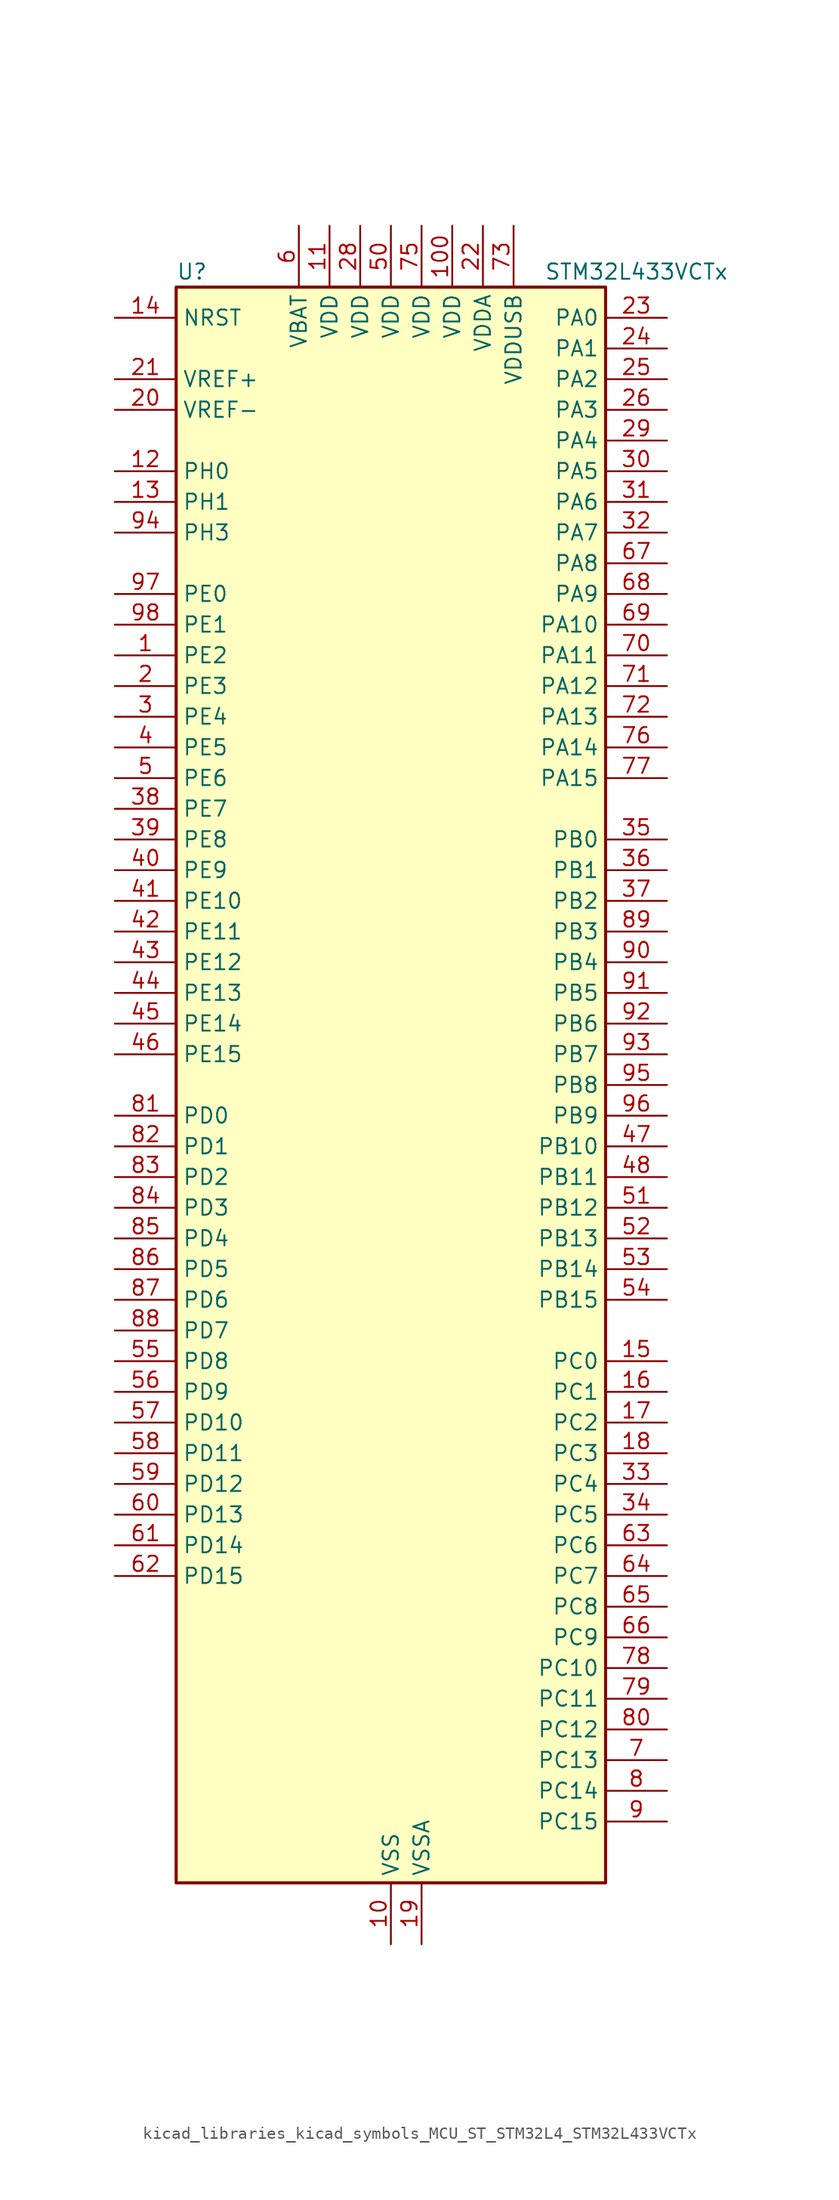
<source format=kicad_sym>
(kicad_symbol_lib
  (version 20220914)
  (generator kicad_symbol_editor)
  (symbol "kicad_libraries_kicad_symbols_MCU_ST_STM32L4_STM32L433VCTx"
    (property "Reference" "U"
      (at -17.78 67.31 0)
      (effects (font (size 1.27 1.27)) (justify left)))
    (property "Value" "STM32L433VCTx"
      (at 12.7 67.31 0)
      (effects (font (size 1.27 1.27)) (justify left)))
    (property "ki_locked" ""
      (at 0 0 0)
      (effects (font (size 1.27 1.27))))
    (symbol "kicad_libraries_kicad_symbols_MCU_ST_STM32L4_STM32L433VCTx_0_1"
      (rectangle (start -17.78 -66.04) (end 17.78 66.04) (stroke (width 0.254) (type default)) (fill (type background))))
    (symbol "kicad_libraries_kicad_symbols_MCU_ST_STM32L4_STM32L433VCTx_1_1"
      (pin bidirectional line (at -22.86 35.56 0) (length 5.08) (name "PE2" (effects (font (size 1.27 1.27)))) (number "1" (effects (font (size 1.27 1.27)))) (alternate "LCD_SEG38" bidirectional line) (alternate "SAI1_MCLK_A" bidirectional line) (alternate "SYS_TRACECLK" bidirectional line) (alternate "TSC_G7_IO1" bidirectional line))
      (pin power_in line (at 0 -71.12 90) (length 5.08) (name "VSS" (effects (font (size 1.27 1.27)))) (number "10" (effects (font (size 1.27 1.27)))))
      (pin power_in line (at 5.08 71.12 270) (length 5.08) (name "VDD" (effects (font (size 1.27 1.27)))) (number "100" (effects (font (size 1.27 1.27)))))
      (pin power_in line (at -5.08 71.12 270) (length 5.08) (name "VDD" (effects (font (size 1.27 1.27)))) (number "11" (effects (font (size 1.27 1.27)))))
      (pin bidirectional line (at -22.86 50.8 0) (length 5.08) (name "PH0" (effects (font (size 1.27 1.27)))) (number "12" (effects (font (size 1.27 1.27)))) (alternate "RCC_OSC_IN" bidirectional line))
      (pin bidirectional line (at -22.86 48.26 0) (length 5.08) (name "PH1" (effects (font (size 1.27 1.27)))) (number "13" (effects (font (size 1.27 1.27)))) (alternate "RCC_OSC_OUT" bidirectional line))
      (pin input line (at -22.86 63.5 0) (length 5.08) (name "NRST" (effects (font (size 1.27 1.27)))) (number "14" (effects (font (size 1.27 1.27)))))
      (pin bidirectional line (at 22.86 -22.86 180) (length 5.08) (name "PC0" (effects (font (size 1.27 1.27)))) (number "15" (effects (font (size 1.27 1.27)))) (alternate "ADC1_IN1" bidirectional line) (alternate "I2C3_SCL" bidirectional line) (alternate "LCD_SEG18" bidirectional line) (alternate "LPTIM1_IN1" bidirectional line) (alternate "LPTIM2_IN1" bidirectional line) (alternate "LPUART1_RX" bidirectional line))
      (pin bidirectional line (at 22.86 -25.4 180) (length 5.08) (name "PC1" (effects (font (size 1.27 1.27)))) (number "16" (effects (font (size 1.27 1.27)))) (alternate "ADC1_IN2" bidirectional line) (alternate "I2C3_SDA" bidirectional line) (alternate "LCD_SEG19" bidirectional line) (alternate "LPTIM1_OUT" bidirectional line) (alternate "LPUART1_TX" bidirectional line))
      (pin bidirectional line (at 22.86 -27.94 180) (length 5.08) (name "PC2" (effects (font (size 1.27 1.27)))) (number "17" (effects (font (size 1.27 1.27)))) (alternate "ADC1_IN3" bidirectional line) (alternate "LCD_SEG20" bidirectional line) (alternate "LPTIM1_IN2" bidirectional line) (alternate "SPI2_MISO" bidirectional line))
      (pin bidirectional line (at 22.86 -30.48 180) (length 5.08) (name "PC3" (effects (font (size 1.27 1.27)))) (number "18" (effects (font (size 1.27 1.27)))) (alternate "ADC1_IN4" bidirectional line) (alternate "LCD_VLCD" bidirectional line) (alternate "LPTIM1_ETR" bidirectional line) (alternate "LPTIM2_ETR" bidirectional line) (alternate "SAI1_SD_A" bidirectional line) (alternate "SPI2_MOSI" bidirectional line))
      (pin power_in line (at 2.54 -71.12 90) (length 5.08) (name "VSSA" (effects (font (size 1.27 1.27)))) (number "19" (effects (font (size 1.27 1.27)))))
      (pin bidirectional line (at -22.86 33.02 0) (length 5.08) (name "PE3" (effects (font (size 1.27 1.27)))) (number "2" (effects (font (size 1.27 1.27)))) (alternate "LCD_SEG39" bidirectional line) (alternate "SAI1_SD_B" bidirectional line) (alternate "SYS_TRACED0" bidirectional line) (alternate "TSC_G7_IO2" bidirectional line))
      (pin input line (at -22.86 55.88 0) (length 5.08) (name "VREF-" (effects (font (size 1.27 1.27)))) (number "20" (effects (font (size 1.27 1.27)))))
      (pin input line (at -22.86 58.42 0) (length 5.08) (name "VREF+" (effects (font (size 1.27 1.27)))) (number "21" (effects (font (size 1.27 1.27)))) (alternate "VREFBUF_OUT" bidirectional line))
      (pin power_in line (at 7.62 71.12 270) (length 5.08) (name "VDDA" (effects (font (size 1.27 1.27)))) (number "22" (effects (font (size 1.27 1.27)))))
      (pin bidirectional line (at 22.86 63.5 180) (length 5.08) (name "PA0" (effects (font (size 1.27 1.27)))) (number "23" (effects (font (size 1.27 1.27)))) (alternate "ADC1_IN5" bidirectional line) (alternate "COMP1_INM" bidirectional line) (alternate "COMP1_OUT" bidirectional line) (alternate "OPAMP1_VINP" bidirectional line) (alternate "RTC_TAMP2" bidirectional line) (alternate "SAI1_EXTCLK" bidirectional line) (alternate "SYS_WKUP1" bidirectional line) (alternate "TIM2_CH1" bidirectional line) (alternate "TIM2_ETR" bidirectional line) (alternate "USART2_CTS" bidirectional line))
      (pin bidirectional line (at 22.86 60.96 180) (length 5.08) (name "PA1" (effects (font (size 1.27 1.27)))) (number "24" (effects (font (size 1.27 1.27)))) (alternate "ADC1_IN6" bidirectional line) (alternate "COMP1_INP" bidirectional line) (alternate "I2C1_SMBA" bidirectional line) (alternate "LCD_SEG0" bidirectional line) (alternate "OPAMP1_VINM" bidirectional line) (alternate "SPI1_SCK" bidirectional line) (alternate "TIM15_CH1N" bidirectional line) (alternate "TIM2_CH2" bidirectional line) (alternate "USART2_DE" bidirectional line) (alternate "USART2_RTS" bidirectional line))
      (pin bidirectional line (at 22.86 58.42 180) (length 5.08) (name "PA2" (effects (font (size 1.27 1.27)))) (number "25" (effects (font (size 1.27 1.27)))) (alternate "ADC1_IN7" bidirectional line) (alternate "COMP2_INM" bidirectional line) (alternate "COMP2_OUT" bidirectional line) (alternate "LCD_SEG1" bidirectional line) (alternate "LPUART1_TX" bidirectional line) (alternate "QUADSPI_BK1_NCS" bidirectional line) (alternate "RCC_LSCO" bidirectional line) (alternate "SYS_WKUP4" bidirectional line) (alternate "TIM15_CH1" bidirectional line) (alternate "TIM2_CH3" bidirectional line) (alternate "USART2_TX" bidirectional line))
      (pin bidirectional line (at 22.86 55.88 180) (length 5.08) (name "PA3" (effects (font (size 1.27 1.27)))) (number "26" (effects (font (size 1.27 1.27)))) (alternate "ADC1_IN8" bidirectional line) (alternate "COMP2_INP" bidirectional line) (alternate "LCD_SEG2" bidirectional line) (alternate "LPUART1_RX" bidirectional line) (alternate "OPAMP1_VOUT" bidirectional line) (alternate "QUADSPI_CLK" bidirectional line) (alternate "SAI1_MCLK_A" bidirectional line) (alternate "TIM15_CH2" bidirectional line) (alternate "TIM2_CH4" bidirectional line) (alternate "USART2_RX" bidirectional line))
      (pin passive line (at 0 -71.12 90) (length 5.08) hide (name "VSS" (effects (font (size 1.27 1.27)))) (number "27" (effects (font (size 1.27 1.27)))))
      (pin power_in line (at -2.54 71.12 270) (length 5.08) (name "VDD" (effects (font (size 1.27 1.27)))) (number "28" (effects (font (size 1.27 1.27)))))
      (pin bidirectional line (at 22.86 53.34 180) (length 5.08) (name "PA4" (effects (font (size 1.27 1.27)))) (number "29" (effects (font (size 1.27 1.27)))) (alternate "ADC1_IN9" bidirectional line) (alternate "COMP1_INM" bidirectional line) (alternate "COMP2_INM" bidirectional line) (alternate "DAC1_OUT1" bidirectional line) (alternate "LPTIM2_OUT" bidirectional line) (alternate "SAI1_FS_B" bidirectional line) (alternate "SPI1_NSS" bidirectional line) (alternate "SPI3_NSS" bidirectional line) (alternate "USART2_CK" bidirectional line))
      (pin bidirectional line (at -22.86 30.48 0) (length 5.08) (name "PE4" (effects (font (size 1.27 1.27)))) (number "3" (effects (font (size 1.27 1.27)))) (alternate "SAI1_FS_A" bidirectional line) (alternate "SYS_TRACED1" bidirectional line) (alternate "TSC_G7_IO3" bidirectional line))
      (pin bidirectional line (at 22.86 50.8 180) (length 5.08) (name "PA5" (effects (font (size 1.27 1.27)))) (number "30" (effects (font (size 1.27 1.27)))) (alternate "ADC1_IN10" bidirectional line) (alternate "COMP1_INM" bidirectional line) (alternate "COMP2_INM" bidirectional line) (alternate "DAC1_OUT2" bidirectional line) (alternate "LPTIM2_ETR" bidirectional line) (alternate "SPI1_SCK" bidirectional line) (alternate "TIM2_CH1" bidirectional line) (alternate "TIM2_ETR" bidirectional line))
      (pin bidirectional line (at 22.86 48.26 180) (length 5.08) (name "PA6" (effects (font (size 1.27 1.27)))) (number "31" (effects (font (size 1.27 1.27)))) (alternate "ADC1_IN11" bidirectional line) (alternate "COMP1_OUT" bidirectional line) (alternate "LCD_SEG3" bidirectional line) (alternate "LPUART1_CTS" bidirectional line) (alternate "QUADSPI_BK1_IO3" bidirectional line) (alternate "SPI1_MISO" bidirectional line) (alternate "TIM16_CH1" bidirectional line) (alternate "TIM1_BKIN" bidirectional line) (alternate "TIM1_BKIN_COMP2" bidirectional line) (alternate "USART3_CTS" bidirectional line))
      (pin bidirectional line (at 22.86 45.72 180) (length 5.08) (name "PA7" (effects (font (size 1.27 1.27)))) (number "32" (effects (font (size 1.27 1.27)))) (alternate "ADC1_IN12" bidirectional line) (alternate "COMP2_OUT" bidirectional line) (alternate "I2C3_SCL" bidirectional line) (alternate "LCD_SEG4" bidirectional line) (alternate "QUADSPI_BK1_IO2" bidirectional line) (alternate "SPI1_MOSI" bidirectional line) (alternate "TIM1_CH1N" bidirectional line))
      (pin bidirectional line (at 22.86 -33.02 180) (length 5.08) (name "PC4" (effects (font (size 1.27 1.27)))) (number "33" (effects (font (size 1.27 1.27)))) (alternate "ADC1_IN13" bidirectional line) (alternate "COMP1_INM" bidirectional line) (alternate "LCD_SEG22" bidirectional line) (alternate "USART3_TX" bidirectional line))
      (pin bidirectional line (at 22.86 -35.56 180) (length 5.08) (name "PC5" (effects (font (size 1.27 1.27)))) (number "34" (effects (font (size 1.27 1.27)))) (alternate "ADC1_IN14" bidirectional line) (alternate "COMP1_INP" bidirectional line) (alternate "LCD_SEG23" bidirectional line) (alternate "SYS_WKUP5" bidirectional line) (alternate "USART3_RX" bidirectional line))
      (pin bidirectional line (at 22.86 20.32 180) (length 5.08) (name "PB0" (effects (font (size 1.27 1.27)))) (number "35" (effects (font (size 1.27 1.27)))) (alternate "ADC1_IN15" bidirectional line) (alternate "COMP1_OUT" bidirectional line) (alternate "LCD_SEG5" bidirectional line) (alternate "QUADSPI_BK1_IO1" bidirectional line) (alternate "SAI1_EXTCLK" bidirectional line) (alternate "SPI1_NSS" bidirectional line) (alternate "TIM1_CH2N" bidirectional line) (alternate "USART3_CK" bidirectional line))
      (pin bidirectional line (at 22.86 17.78 180) (length 5.08) (name "PB1" (effects (font (size 1.27 1.27)))) (number "36" (effects (font (size 1.27 1.27)))) (alternate "ADC1_IN16" bidirectional line) (alternate "COMP1_INM" bidirectional line) (alternate "LCD_SEG6" bidirectional line) (alternate "LPTIM2_IN1" bidirectional line) (alternate "LPUART1_DE" bidirectional line) (alternate "LPUART1_RTS" bidirectional line) (alternate "QUADSPI_BK1_IO0" bidirectional line) (alternate "TIM1_CH3N" bidirectional line) (alternate "USART3_DE" bidirectional line) (alternate "USART3_RTS" bidirectional line))
      (pin bidirectional line (at 22.86 15.24 180) (length 5.08) (name "PB2" (effects (font (size 1.27 1.27)))) (number "37" (effects (font (size 1.27 1.27)))) (alternate "COMP1_INP" bidirectional line) (alternate "I2C3_SMBA" bidirectional line) (alternate "LCD_VLCD" bidirectional line) (alternate "LPTIM1_OUT" bidirectional line) (alternate "RTC_OUT_ALARM" bidirectional line) (alternate "RTC_OUT_CALIB" bidirectional line))
      (pin bidirectional line (at -22.86 22.86 0) (length 5.08) (name "PE7" (effects (font (size 1.27 1.27)))) (number "38" (effects (font (size 1.27 1.27)))) (alternate "SAI1_SD_B" bidirectional line) (alternate "TIM1_ETR" bidirectional line))
      (pin bidirectional line (at -22.86 20.32 0) (length 5.08) (name "PE8" (effects (font (size 1.27 1.27)))) (number "39" (effects (font (size 1.27 1.27)))) (alternate "SAI1_SCK_B" bidirectional line) (alternate "TIM1_CH1N" bidirectional line))
      (pin bidirectional line (at -22.86 27.94 0) (length 5.08) (name "PE5" (effects (font (size 1.27 1.27)))) (number "4" (effects (font (size 1.27 1.27)))) (alternate "SAI1_SCK_A" bidirectional line) (alternate "SYS_TRACED2" bidirectional line) (alternate "TSC_G7_IO4" bidirectional line))
      (pin bidirectional line (at -22.86 17.78 0) (length 5.08) (name "PE9" (effects (font (size 1.27 1.27)))) (number "40" (effects (font (size 1.27 1.27)))) (alternate "DAC1_EXTI9" bidirectional line) (alternate "SAI1_FS_B" bidirectional line) (alternate "TIM1_CH1" bidirectional line))
      (pin bidirectional line (at -22.86 15.24 0) (length 5.08) (name "PE10" (effects (font (size 1.27 1.27)))) (number "41" (effects (font (size 1.27 1.27)))) (alternate "QUADSPI_CLK" bidirectional line) (alternate "SAI1_MCLK_B" bidirectional line) (alternate "TIM1_CH2N" bidirectional line) (alternate "TSC_G5_IO1" bidirectional line))
      (pin bidirectional line (at -22.86 12.7 0) (length 5.08) (name "PE11" (effects (font (size 1.27 1.27)))) (number "42" (effects (font (size 1.27 1.27)))) (alternate "ADC1_EXTI11" bidirectional line) (alternate "QUADSPI_BK1_NCS" bidirectional line) (alternate "TIM1_CH2" bidirectional line) (alternate "TSC_G5_IO2" bidirectional line))
      (pin bidirectional line (at -22.86 10.16 0) (length 5.08) (name "PE12" (effects (font (size 1.27 1.27)))) (number "43" (effects (font (size 1.27 1.27)))) (alternate "QUADSPI_BK1_IO0" bidirectional line) (alternate "SPI1_NSS" bidirectional line) (alternate "TIM1_CH3N" bidirectional line) (alternate "TSC_G5_IO3" bidirectional line))
      (pin bidirectional line (at -22.86 7.62 0) (length 5.08) (name "PE13" (effects (font (size 1.27 1.27)))) (number "44" (effects (font (size 1.27 1.27)))) (alternate "QUADSPI_BK1_IO1" bidirectional line) (alternate "SPI1_SCK" bidirectional line) (alternate "TIM1_CH3" bidirectional line) (alternate "TSC_G5_IO4" bidirectional line))
      (pin bidirectional line (at -22.86 5.08 0) (length 5.08) (name "PE14" (effects (font (size 1.27 1.27)))) (number "45" (effects (font (size 1.27 1.27)))) (alternate "QUADSPI_BK1_IO2" bidirectional line) (alternate "SPI1_MISO" bidirectional line) (alternate "TIM1_BKIN2" bidirectional line) (alternate "TIM1_BKIN2_COMP2" bidirectional line) (alternate "TIM1_CH4" bidirectional line))
      (pin bidirectional line (at -22.86 2.54 0) (length 5.08) (name "PE15" (effects (font (size 1.27 1.27)))) (number "46" (effects (font (size 1.27 1.27)))) (alternate "ADC1_EXTI15" bidirectional line) (alternate "QUADSPI_BK1_IO3" bidirectional line) (alternate "SPI1_MOSI" bidirectional line) (alternate "TIM1_BKIN" bidirectional line) (alternate "TIM1_BKIN_COMP1" bidirectional line))
      (pin bidirectional line (at 22.86 -5.08 180) (length 5.08) (name "PB10" (effects (font (size 1.27 1.27)))) (number "47" (effects (font (size 1.27 1.27)))) (alternate "COMP1_OUT" bidirectional line) (alternate "I2C2_SCL" bidirectional line) (alternate "LCD_SEG10" bidirectional line) (alternate "LPUART1_RX" bidirectional line) (alternate "QUADSPI_CLK" bidirectional line) (alternate "SAI1_SCK_A" bidirectional line) (alternate "SPI2_SCK" bidirectional line) (alternate "TIM2_CH3" bidirectional line) (alternate "TSC_SYNC" bidirectional line) (alternate "USART3_TX" bidirectional line))
      (pin bidirectional line (at 22.86 -7.62 180) (length 5.08) (name "PB11" (effects (font (size 1.27 1.27)))) (number "48" (effects (font (size 1.27 1.27)))) (alternate "ADC1_EXTI11" bidirectional line) (alternate "COMP2_OUT" bidirectional line) (alternate "I2C2_SDA" bidirectional line) (alternate "LCD_SEG11" bidirectional line) (alternate "LPUART1_TX" bidirectional line) (alternate "QUADSPI_BK1_NCS" bidirectional line) (alternate "TIM2_CH4" bidirectional line) (alternate "USART3_RX" bidirectional line))
      (pin passive line (at 0 -71.12 90) (length 5.08) hide (name "VSS" (effects (font (size 1.27 1.27)))) (number "49" (effects (font (size 1.27 1.27)))))
      (pin bidirectional line (at -22.86 25.4 0) (length 5.08) (name "PE6" (effects (font (size 1.27 1.27)))) (number "5" (effects (font (size 1.27 1.27)))) (alternate "RTC_TAMP3" bidirectional line) (alternate "SAI1_SD_A" bidirectional line) (alternate "SYS_TRACED3" bidirectional line) (alternate "SYS_WKUP3" bidirectional line))
      (pin power_in line (at 0 71.12 270) (length 5.08) (name "VDD" (effects (font (size 1.27 1.27)))) (number "50" (effects (font (size 1.27 1.27)))))
      (pin bidirectional line (at 22.86 -10.16 180) (length 5.08) (name "PB12" (effects (font (size 1.27 1.27)))) (number "51" (effects (font (size 1.27 1.27)))) (alternate "I2C2_SMBA" bidirectional line) (alternate "LCD_SEG12" bidirectional line) (alternate "LPUART1_DE" bidirectional line) (alternate "LPUART1_RTS" bidirectional line) (alternate "SAI1_FS_A" bidirectional line) (alternate "SPI2_NSS" bidirectional line) (alternate "SWPMI1_IO" bidirectional line) (alternate "TIM15_BKIN" bidirectional line) (alternate "TIM1_BKIN" bidirectional line) (alternate "TIM1_BKIN_COMP2" bidirectional line) (alternate "TSC_G1_IO1" bidirectional line) (alternate "USART3_CK" bidirectional line))
      (pin bidirectional line (at 22.86 -12.7 180) (length 5.08) (name "PB13" (effects (font (size 1.27 1.27)))) (number "52" (effects (font (size 1.27 1.27)))) (alternate "I2C2_SCL" bidirectional line) (alternate "LCD_SEG13" bidirectional line) (alternate "LPUART1_CTS" bidirectional line) (alternate "SAI1_SCK_A" bidirectional line) (alternate "SPI2_SCK" bidirectional line) (alternate "SWPMI1_TX" bidirectional line) (alternate "TIM15_CH1N" bidirectional line) (alternate "TIM1_CH1N" bidirectional line) (alternate "TSC_G1_IO2" bidirectional line) (alternate "USART3_CTS" bidirectional line))
      (pin bidirectional line (at 22.86 -15.24 180) (length 5.08) (name "PB14" (effects (font (size 1.27 1.27)))) (number "53" (effects (font (size 1.27 1.27)))) (alternate "I2C2_SDA" bidirectional line) (alternate "LCD_SEG14" bidirectional line) (alternate "SAI1_MCLK_A" bidirectional line) (alternate "SPI2_MISO" bidirectional line) (alternate "SWPMI1_RX" bidirectional line) (alternate "TIM15_CH1" bidirectional line) (alternate "TIM1_CH2N" bidirectional line) (alternate "TSC_G1_IO3" bidirectional line) (alternate "USART3_DE" bidirectional line) (alternate "USART3_RTS" bidirectional line))
      (pin bidirectional line (at 22.86 -17.78 180) (length 5.08) (name "PB15" (effects (font (size 1.27 1.27)))) (number "54" (effects (font (size 1.27 1.27)))) (alternate "ADC1_EXTI15" bidirectional line) (alternate "LCD_SEG15" bidirectional line) (alternate "RTC_REFIN" bidirectional line) (alternate "SAI1_SD_A" bidirectional line) (alternate "SPI2_MOSI" bidirectional line) (alternate "SWPMI1_SUSPEND" bidirectional line) (alternate "TIM15_CH2" bidirectional line) (alternate "TIM1_CH3N" bidirectional line) (alternate "TSC_G1_IO4" bidirectional line))
      (pin bidirectional line (at -22.86 -22.86 0) (length 5.08) (name "PD8" (effects (font (size 1.27 1.27)))) (number "55" (effects (font (size 1.27 1.27)))) (alternate "LCD_SEG28" bidirectional line) (alternate "USART3_TX" bidirectional line))
      (pin bidirectional line (at -22.86 -25.4 0) (length 5.08) (name "PD9" (effects (font (size 1.27 1.27)))) (number "56" (effects (font (size 1.27 1.27)))) (alternate "DAC1_EXTI9" bidirectional line) (alternate "LCD_SEG29" bidirectional line) (alternate "USART3_RX" bidirectional line))
      (pin bidirectional line (at -22.86 -27.94 0) (length 5.08) (name "PD10" (effects (font (size 1.27 1.27)))) (number "57" (effects (font (size 1.27 1.27)))) (alternate "LCD_SEG30" bidirectional line) (alternate "TSC_G6_IO1" bidirectional line) (alternate "USART3_CK" bidirectional line))
      (pin bidirectional line (at -22.86 -30.48 0) (length 5.08) (name "PD11" (effects (font (size 1.27 1.27)))) (number "58" (effects (font (size 1.27 1.27)))) (alternate "ADC1_EXTI11" bidirectional line) (alternate "LCD_SEG31" bidirectional line) (alternate "LPTIM2_ETR" bidirectional line) (alternate "TSC_G6_IO2" bidirectional line) (alternate "USART3_CTS" bidirectional line))
      (pin bidirectional line (at -22.86 -33.02 0) (length 5.08) (name "PD12" (effects (font (size 1.27 1.27)))) (number "59" (effects (font (size 1.27 1.27)))) (alternate "LCD_SEG32" bidirectional line) (alternate "LPTIM2_IN1" bidirectional line) (alternate "TSC_G6_IO3" bidirectional line) (alternate "USART3_DE" bidirectional line) (alternate "USART3_RTS" bidirectional line))
      (pin power_in line (at -7.62 71.12 270) (length 5.08) (name "VBAT" (effects (font (size 1.27 1.27)))) (number "6" (effects (font (size 1.27 1.27)))))
      (pin bidirectional line (at -22.86 -35.56 0) (length 5.08) (name "PD13" (effects (font (size 1.27 1.27)))) (number "60" (effects (font (size 1.27 1.27)))) (alternate "LCD_SEG33" bidirectional line) (alternate "LPTIM2_OUT" bidirectional line) (alternate "TSC_G6_IO4" bidirectional line))
      (pin bidirectional line (at -22.86 -38.1 0) (length 5.08) (name "PD14" (effects (font (size 1.27 1.27)))) (number "61" (effects (font (size 1.27 1.27)))) (alternate "LCD_SEG34" bidirectional line))
      (pin bidirectional line (at -22.86 -40.64 0) (length 5.08) (name "PD15" (effects (font (size 1.27 1.27)))) (number "62" (effects (font (size 1.27 1.27)))) (alternate "ADC1_EXTI15" bidirectional line) (alternate "LCD_SEG35" bidirectional line))
      (pin bidirectional line (at 22.86 -38.1 180) (length 5.08) (name "PC6" (effects (font (size 1.27 1.27)))) (number "63" (effects (font (size 1.27 1.27)))) (alternate "LCD_SEG24" bidirectional line) (alternate "SDMMC1_D6" bidirectional line) (alternate "TSC_G4_IO1" bidirectional line))
      (pin bidirectional line (at 22.86 -40.64 180) (length 5.08) (name "PC7" (effects (font (size 1.27 1.27)))) (number "64" (effects (font (size 1.27 1.27)))) (alternate "LCD_SEG25" bidirectional line) (alternate "SDMMC1_D7" bidirectional line) (alternate "TSC_G4_IO2" bidirectional line))
      (pin bidirectional line (at 22.86 -43.18 180) (length 5.08) (name "PC8" (effects (font (size 1.27 1.27)))) (number "65" (effects (font (size 1.27 1.27)))) (alternate "LCD_SEG26" bidirectional line) (alternate "SDMMC1_D0" bidirectional line) (alternate "TSC_G4_IO3" bidirectional line))
      (pin bidirectional line (at 22.86 -45.72 180) (length 5.08) (name "PC9" (effects (font (size 1.27 1.27)))) (number "66" (effects (font (size 1.27 1.27)))) (alternate "DAC1_EXTI9" bidirectional line) (alternate "LCD_SEG27" bidirectional line) (alternate "SDMMC1_D1" bidirectional line) (alternate "TSC_G4_IO4" bidirectional line) (alternate "USB_NOE" bidirectional line))
      (pin bidirectional line (at 22.86 43.18 180) (length 5.08) (name "PA8" (effects (font (size 1.27 1.27)))) (number "67" (effects (font (size 1.27 1.27)))) (alternate "LCD_COM0" bidirectional line) (alternate "LPTIM2_OUT" bidirectional line) (alternate "RCC_MCO" bidirectional line) (alternate "SAI1_SCK_A" bidirectional line) (alternate "SWPMI1_IO" bidirectional line) (alternate "TIM1_CH1" bidirectional line) (alternate "USART1_CK" bidirectional line))
      (pin bidirectional line (at 22.86 40.64 180) (length 5.08) (name "PA9" (effects (font (size 1.27 1.27)))) (number "68" (effects (font (size 1.27 1.27)))) (alternate "DAC1_EXTI9" bidirectional line) (alternate "I2C1_SCL" bidirectional line) (alternate "LCD_COM1" bidirectional line) (alternate "SAI1_FS_A" bidirectional line) (alternate "TIM15_BKIN" bidirectional line) (alternate "TIM1_CH2" bidirectional line) (alternate "USART1_TX" bidirectional line))
      (pin bidirectional line (at 22.86 38.1 180) (length 5.08) (name "PA10" (effects (font (size 1.27 1.27)))) (number "69" (effects (font (size 1.27 1.27)))) (alternate "CRS_SYNC" bidirectional line) (alternate "I2C1_SDA" bidirectional line) (alternate "LCD_COM2" bidirectional line) (alternate "SAI1_SD_A" bidirectional line) (alternate "TIM1_CH3" bidirectional line) (alternate "USART1_RX" bidirectional line))
      (pin bidirectional line (at 22.86 -55.88 180) (length 5.08) (name "PC13" (effects (font (size 1.27 1.27)))) (number "7" (effects (font (size 1.27 1.27)))) (alternate "RTC_OUT_ALARM" bidirectional line) (alternate "RTC_OUT_CALIB" bidirectional line) (alternate "RTC_TAMP1" bidirectional line) (alternate "RTC_TS" bidirectional line) (alternate "SYS_WKUP2" bidirectional line))
      (pin bidirectional line (at 22.86 35.56 180) (length 5.08) (name "PA11" (effects (font (size 1.27 1.27)))) (number "70" (effects (font (size 1.27 1.27)))) (alternate "ADC1_EXTI11" bidirectional line) (alternate "CAN1_RX" bidirectional line) (alternate "COMP1_OUT" bidirectional line) (alternate "SPI1_MISO" bidirectional line) (alternate "TIM1_BKIN2" bidirectional line) (alternate "TIM1_BKIN2_COMP1" bidirectional line) (alternate "TIM1_CH4" bidirectional line) (alternate "USART1_CTS" bidirectional line) (alternate "USB_DM" bidirectional line))
      (pin bidirectional line (at 22.86 33.02 180) (length 5.08) (name "PA12" (effects (font (size 1.27 1.27)))) (number "71" (effects (font (size 1.27 1.27)))) (alternate "CAN1_TX" bidirectional line) (alternate "SPI1_MOSI" bidirectional line) (alternate "TIM1_ETR" bidirectional line) (alternate "USART1_DE" bidirectional line) (alternate "USART1_RTS" bidirectional line) (alternate "USB_DP" bidirectional line))
      (pin bidirectional line (at 22.86 30.48 180) (length 5.08) (name "PA13" (effects (font (size 1.27 1.27)))) (number "72" (effects (font (size 1.27 1.27)))) (alternate "IR_OUT" bidirectional line) (alternate "SAI1_SD_B" bidirectional line) (alternate "SWPMI1_TX" bidirectional line) (alternate "SYS_JTMS-SWDIO" bidirectional line) (alternate "USB_NOE" bidirectional line))
      (pin power_in line (at 10.16 71.12 270) (length 5.08) (name "VDDUSB" (effects (font (size 1.27 1.27)))) (number "73" (effects (font (size 1.27 1.27)))))
      (pin passive line (at 0 -71.12 90) (length 5.08) hide (name "VSS" (effects (font (size 1.27 1.27)))) (number "74" (effects (font (size 1.27 1.27)))))
      (pin power_in line (at 2.54 71.12 270) (length 5.08) (name "VDD" (effects (font (size 1.27 1.27)))) (number "75" (effects (font (size 1.27 1.27)))))
      (pin bidirectional line (at 22.86 27.94 180) (length 5.08) (name "PA14" (effects (font (size 1.27 1.27)))) (number "76" (effects (font (size 1.27 1.27)))) (alternate "I2C1_SMBA" bidirectional line) (alternate "LPTIM1_OUT" bidirectional line) (alternate "SAI1_FS_B" bidirectional line) (alternate "SWPMI1_RX" bidirectional line) (alternate "SYS_JTCK-SWCLK" bidirectional line))
      (pin bidirectional line (at 22.86 25.4 180) (length 5.08) (name "PA15" (effects (font (size 1.27 1.27)))) (number "77" (effects (font (size 1.27 1.27)))) (alternate "ADC1_EXTI15" bidirectional line) (alternate "LCD_SEG17" bidirectional line) (alternate "SPI1_NSS" bidirectional line) (alternate "SPI3_NSS" bidirectional line) (alternate "SWPMI1_SUSPEND" bidirectional line) (alternate "SYS_JTDI" bidirectional line) (alternate "TIM2_CH1" bidirectional line) (alternate "TIM2_ETR" bidirectional line) (alternate "TSC_G3_IO1" bidirectional line) (alternate "USART2_RX" bidirectional line) (alternate "USART3_DE" bidirectional line) (alternate "USART3_RTS" bidirectional line))
      (pin bidirectional line (at 22.86 -48.26 180) (length 5.08) (name "PC10" (effects (font (size 1.27 1.27)))) (number "78" (effects (font (size 1.27 1.27)))) (alternate "LCD_COM4" bidirectional line) (alternate "LCD_SEG28" bidirectional line) (alternate "LCD_SEG40" bidirectional line) (alternate "SDMMC1_D2" bidirectional line) (alternate "SPI3_SCK" bidirectional line) (alternate "TSC_G3_IO2" bidirectional line) (alternate "USART3_TX" bidirectional line))
      (pin bidirectional line (at 22.86 -50.8 180) (length 5.08) (name "PC11" (effects (font (size 1.27 1.27)))) (number "79" (effects (font (size 1.27 1.27)))) (alternate "ADC1_EXTI11" bidirectional line) (alternate "LCD_COM5" bidirectional line) (alternate "LCD_SEG29" bidirectional line) (alternate "LCD_SEG41" bidirectional line) (alternate "SDMMC1_D3" bidirectional line) (alternate "SPI3_MISO" bidirectional line) (alternate "TSC_G3_IO3" bidirectional line) (alternate "USART3_RX" bidirectional line))
      (pin bidirectional line (at 22.86 -58.42 180) (length 5.08) (name "PC14" (effects (font (size 1.27 1.27)))) (number "8" (effects (font (size 1.27 1.27)))) (alternate "RCC_OSC32_IN" bidirectional line))
      (pin bidirectional line (at 22.86 -53.34 180) (length 5.08) (name "PC12" (effects (font (size 1.27 1.27)))) (number "80" (effects (font (size 1.27 1.27)))) (alternate "LCD_COM6" bidirectional line) (alternate "LCD_SEG30" bidirectional line) (alternate "LCD_SEG42" bidirectional line) (alternate "SDMMC1_CK" bidirectional line) (alternate "SPI3_MOSI" bidirectional line) (alternate "TSC_G3_IO4" bidirectional line) (alternate "USART3_CK" bidirectional line))
      (pin bidirectional line (at -22.86 -2.54 0) (length 5.08) (name "PD0" (effects (font (size 1.27 1.27)))) (number "81" (effects (font (size 1.27 1.27)))) (alternate "CAN1_RX" bidirectional line) (alternate "SPI2_NSS" bidirectional line))
      (pin bidirectional line (at -22.86 -5.08 0) (length 5.08) (name "PD1" (effects (font (size 1.27 1.27)))) (number "82" (effects (font (size 1.27 1.27)))) (alternate "CAN1_TX" bidirectional line) (alternate "SPI2_SCK" bidirectional line))
      (pin bidirectional line (at -22.86 -7.62 0) (length 5.08) (name "PD2" (effects (font (size 1.27 1.27)))) (number "83" (effects (font (size 1.27 1.27)))) (alternate "LCD_COM7" bidirectional line) (alternate "LCD_SEG31" bidirectional line) (alternate "LCD_SEG43" bidirectional line) (alternate "SDMMC1_CMD" bidirectional line) (alternate "TSC_SYNC" bidirectional line) (alternate "USART3_DE" bidirectional line) (alternate "USART3_RTS" bidirectional line))
      (pin bidirectional line (at -22.86 -10.16 0) (length 5.08) (name "PD3" (effects (font (size 1.27 1.27)))) (number "84" (effects (font (size 1.27 1.27)))) (alternate "QUADSPI_BK2_NCS" bidirectional line) (alternate "SPI2_MISO" bidirectional line) (alternate "USART2_CTS" bidirectional line))
      (pin bidirectional line (at -22.86 -12.7 0) (length 5.08) (name "PD4" (effects (font (size 1.27 1.27)))) (number "85" (effects (font (size 1.27 1.27)))) (alternate "QUADSPI_BK2_IO0" bidirectional line) (alternate "SPI2_MOSI" bidirectional line) (alternate "USART2_DE" bidirectional line) (alternate "USART2_RTS" bidirectional line))
      (pin bidirectional line (at -22.86 -15.24 0) (length 5.08) (name "PD5" (effects (font (size 1.27 1.27)))) (number "86" (effects (font (size 1.27 1.27)))) (alternate "QUADSPI_BK2_IO1" bidirectional line) (alternate "USART2_TX" bidirectional line))
      (pin bidirectional line (at -22.86 -17.78 0) (length 5.08) (name "PD6" (effects (font (size 1.27 1.27)))) (number "87" (effects (font (size 1.27 1.27)))) (alternate "QUADSPI_BK2_IO2" bidirectional line) (alternate "SAI1_SD_A" bidirectional line) (alternate "USART2_RX" bidirectional line))
      (pin bidirectional line (at -22.86 -20.32 0) (length 5.08) (name "PD7" (effects (font (size 1.27 1.27)))) (number "88" (effects (font (size 1.27 1.27)))) (alternate "QUADSPI_BK2_IO3" bidirectional line) (alternate "USART2_CK" bidirectional line))
      (pin bidirectional line (at 22.86 12.7 180) (length 5.08) (name "PB3" (effects (font (size 1.27 1.27)))) (number "89" (effects (font (size 1.27 1.27)))) (alternate "COMP2_INM" bidirectional line) (alternate "LCD_SEG7" bidirectional line) (alternate "SAI1_SCK_B" bidirectional line) (alternate "SPI1_SCK" bidirectional line) (alternate "SPI3_SCK" bidirectional line) (alternate "SYS_JTDO-SWO" bidirectional line) (alternate "TIM2_CH2" bidirectional line) (alternate "USART1_DE" bidirectional line) (alternate "USART1_RTS" bidirectional line))
      (pin bidirectional line (at 22.86 -60.96 180) (length 5.08) (name "PC15" (effects (font (size 1.27 1.27)))) (number "9" (effects (font (size 1.27 1.27)))) (alternate "ADC1_EXTI15" bidirectional line) (alternate "RCC_OSC32_OUT" bidirectional line))
      (pin bidirectional line (at 22.86 10.16 180) (length 5.08) (name "PB4" (effects (font (size 1.27 1.27)))) (number "90" (effects (font (size 1.27 1.27)))) (alternate "COMP2_INP" bidirectional line) (alternate "I2C3_SDA" bidirectional line) (alternate "LCD_SEG8" bidirectional line) (alternate "SAI1_MCLK_B" bidirectional line) (alternate "SPI1_MISO" bidirectional line) (alternate "SPI3_MISO" bidirectional line) (alternate "SYS_JTRST" bidirectional line) (alternate "TSC_G2_IO1" bidirectional line) (alternate "USART1_CTS" bidirectional line))
      (pin bidirectional line (at 22.86 7.62 180) (length 5.08) (name "PB5" (effects (font (size 1.27 1.27)))) (number "91" (effects (font (size 1.27 1.27)))) (alternate "COMP2_OUT" bidirectional line) (alternate "I2C1_SMBA" bidirectional line) (alternate "LCD_SEG9" bidirectional line) (alternate "LPTIM1_IN1" bidirectional line) (alternate "SAI1_SD_B" bidirectional line) (alternate "SPI1_MOSI" bidirectional line) (alternate "SPI3_MOSI" bidirectional line) (alternate "TIM16_BKIN" bidirectional line) (alternate "TSC_G2_IO2" bidirectional line) (alternate "USART1_CK" bidirectional line))
      (pin bidirectional line (at 22.86 5.08 180) (length 5.08) (name "PB6" (effects (font (size 1.27 1.27)))) (number "92" (effects (font (size 1.27 1.27)))) (alternate "COMP2_INP" bidirectional line) (alternate "I2C1_SCL" bidirectional line) (alternate "LPTIM1_ETR" bidirectional line) (alternate "SAI1_FS_B" bidirectional line) (alternate "TIM16_CH1N" bidirectional line) (alternate "TSC_G2_IO3" bidirectional line) (alternate "USART1_TX" bidirectional line))
      (pin bidirectional line (at 22.86 2.54 180) (length 5.08) (name "PB7" (effects (font (size 1.27 1.27)))) (number "93" (effects (font (size 1.27 1.27)))) (alternate "COMP2_INM" bidirectional line) (alternate "I2C1_SDA" bidirectional line) (alternate "LCD_SEG21" bidirectional line) (alternate "LPTIM1_IN2" bidirectional line) (alternate "SYS_PVD_IN" bidirectional line) (alternate "TSC_G2_IO4" bidirectional line) (alternate "USART1_RX" bidirectional line))
      (pin bidirectional line (at -22.86 45.72 0) (length 5.08) (name "PH3" (effects (font (size 1.27 1.27)))) (number "94" (effects (font (size 1.27 1.27)))))
      (pin bidirectional line (at 22.86 0 180) (length 5.08) (name "PB8" (effects (font (size 1.27 1.27)))) (number "95" (effects (font (size 1.27 1.27)))) (alternate "CAN1_RX" bidirectional line) (alternate "I2C1_SCL" bidirectional line) (alternate "LCD_SEG16" bidirectional line) (alternate "SAI1_MCLK_A" bidirectional line) (alternate "SDMMC1_D4" bidirectional line) (alternate "TIM16_CH1" bidirectional line))
      (pin bidirectional line (at 22.86 -2.54 180) (length 5.08) (name "PB9" (effects (font (size 1.27 1.27)))) (number "96" (effects (font (size 1.27 1.27)))) (alternate "CAN1_TX" bidirectional line) (alternate "DAC1_EXTI9" bidirectional line) (alternate "I2C1_SDA" bidirectional line) (alternate "IR_OUT" bidirectional line) (alternate "LCD_COM3" bidirectional line) (alternate "SAI1_FS_A" bidirectional line) (alternate "SDMMC1_D5" bidirectional line) (alternate "SPI2_NSS" bidirectional line))
      (pin bidirectional line (at -22.86 40.64 0) (length 5.08) (name "PE0" (effects (font (size 1.27 1.27)))) (number "97" (effects (font (size 1.27 1.27)))) (alternate "LCD_SEG36" bidirectional line) (alternate "TIM16_CH1" bidirectional line))
      (pin bidirectional line (at -22.86 38.1 0) (length 5.08) (name "PE1" (effects (font (size 1.27 1.27)))) (number "98" (effects (font (size 1.27 1.27)))) (alternate "LCD_SEG37" bidirectional line))
      (pin passive line (at 0 -71.12 90) (length 5.08) hide (name "VSS" (effects (font (size 1.27 1.27)))) (number "99" (effects (font (size 1.27 1.27))))))))
</source>
